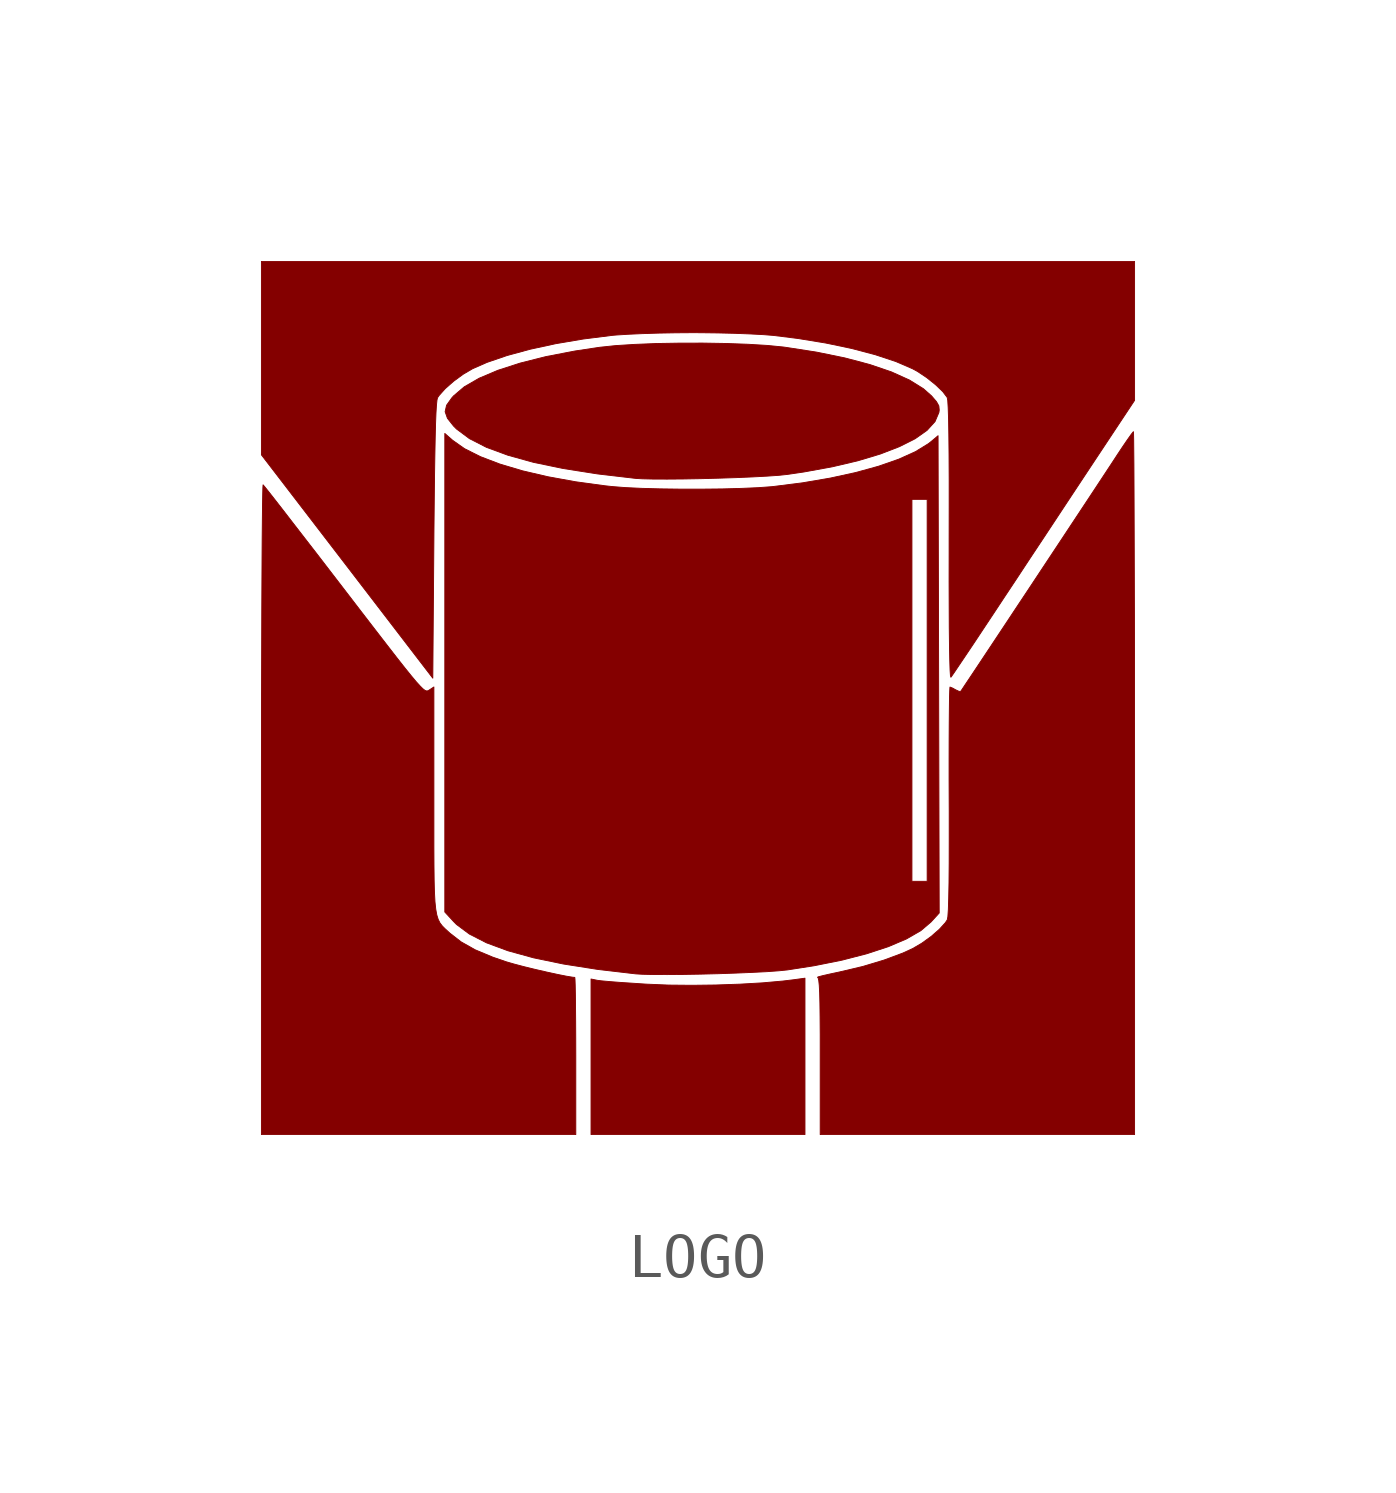
<source format=kicad_sym>
(kicad_symbol_lib
  (version 20210619)
  (generator bitmap2component)
  (symbol "LOGO"
    (pin_names
      (offset 1.016))
    (property "Reference" "#G"
      (at 0 9.385 0)
      (effects (font (size 1.27 1.27)) hide))
    (symbol "LOGO_0_0"
      (polyline (pts (xy -2.805 -8.216) (xy -2.806 -7.814) (xy -2.808 -7.432) (xy -2.811 -7.095) (xy -2.814 -6.813) (xy -2.818 -6.598) (xy -2.823 -6.461) (xy -2.828 -6.413) (xy -2.874 -6.409) (xy -3.021 -6.385) (xy -3.23 -6.343) (xy -3.478 -6.289) (xy -3.742 -6.228) (xy -4 -6.165) (xy -4.23 -6.104) (xy -4.409 -6.052) (xy -4.716 -5.946) (xy -5.115 -5.779) (xy -5.436 -5.598) (xy -5.694 -5.398) (xy -5.739 -5.357) (xy -5.811 -5.291) (xy -5.872 -5.229) (xy -5.923 -5.162) (xy -5.963 -5.082) (xy -5.995 -4.98) (xy -6.019 -4.848) (xy -6.037 -4.676) (xy -6.049 -4.456) (xy -6.056 -4.179) (xy -6.06 -3.837) (xy -6.062 -3.421) (xy -6.062 -2.921) (xy -6.062 -2.331) (xy -6.062 0.253) (xy -6.175 0.179) (xy -6.179 0.176) (xy -6.204 0.164) (xy -6.232 0.162) (xy -6.268 0.176) (xy -6.316 0.213) (xy -6.381 0.278) (xy -6.47 0.376) (xy -6.585 0.514) (xy -6.732 0.696) (xy -6.916 0.93) (xy -7.141 1.22) (xy -7.413 1.572) (xy -7.737 1.993) (xy -8.116 2.487) (xy -8.439 2.907) (xy -8.75 3.312) (xy -9.039 3.685) (xy -9.299 4.021) (xy -9.524 4.313) (xy -9.711 4.553) (xy -9.853 4.734) (xy -9.945 4.849) (xy -9.982 4.892) (xy -9.983 4.891) (xy -9.987 4.826) (xy -9.991 4.667) (xy -9.995 4.42) (xy -9.999 4.091) (xy -10.003 3.684) (xy -10.006 3.205) (xy -10.009 2.66) (xy -10.012 2.055) (xy -10.014 1.393) (xy -10.016 0.682) (xy -10.018 -0.073) (xy -10.019 -0.868) (xy -10.02 -1.696) (xy -10.02 -2.552) (xy -10.02 -10.02) (xy -2.805 -10.02) (xy -2.805 -8.216)) (stroke (width 0.01)) (fill (type outline)))
      (polyline (pts (xy 2.455 -6.431) (xy 2.192 -6.467) (xy 1.943 -6.497) (xy 1.48 -6.538) (xy 0.96 -6.568) (xy 0.41 -6.587) (xy -0.142 -6.594) (xy -0.672 -6.589) (xy -1.151 -6.569) (xy -1.194 -6.567) (xy -1.509 -6.546) (xy -1.796 -6.527) (xy -2.037 -6.508) (xy -2.213 -6.492) (xy -2.308 -6.48) (xy -2.455 -6.45) (xy -2.455 -10.02) (xy 2.455 -10.02) (xy 2.455 -6.431)) (stroke (width 0.01)) (fill (type outline)))
      (polyline (pts (xy 10.02 -1.954) (xy 10.02 -1.29) (xy 10.019 -0.419) (xy 10.019 0.42) (xy 10.018 1.223) (xy 10.017 1.983) (xy 10.015 2.696) (xy 10.013 3.357) (xy 10.011 3.959) (xy 10.009 4.499) (xy 10.007 4.97) (xy 10.005 5.367) (xy 10.002 5.685) (xy 10 5.919) (xy 9.997 6.063) (xy 9.994 6.112) (xy 9.99 6.109) (xy 9.943 6.051) (xy 9.856 5.928) (xy 9.738 5.755) (xy 9.601 5.548) (xy 9.591 5.532) (xy 9.481 5.364) (xy 9.331 5.136) (xy 9.146 4.855) (xy 8.932 4.531) (xy 8.694 4.171) (xy 8.439 3.785) (xy 8.171 3.38) (xy 7.897 2.966) (xy 7.622 2.55) (xy 7.351 2.142) (xy 7.091 1.749) (xy 6.847 1.381) (xy 6.624 1.045) (xy 6.428 0.75) (xy 6.265 0.505) (xy 6.14 0.318) (xy 6.06 0.197) (xy 6.029 0.152) (xy 5.994 0.151) (xy 5.91 0.19) (xy 5.845 0.227) (xy 5.784 0.251) (xy 5.782 0.242) (xy 5.777 0.156) (xy 5.772 -0.018) (xy 5.769 -0.269) (xy 5.766 -0.589) (xy 5.764 -0.969) (xy 5.763 -1.398) (xy 5.763 -1.869) (xy 5.765 -2.371) (xy 5.766 -2.61) (xy 5.766 -3.252) (xy 5.765 -3.797) (xy 5.761 -4.245) (xy 5.754 -4.597) (xy 5.746 -4.854) (xy 5.735 -5.019) (xy 5.721 -5.092) (xy 5.676 -5.159) (xy 5.537 -5.311) (xy 5.348 -5.475) (xy 5.135 -5.629) (xy 4.926 -5.751) (xy 4.699 -5.855) (xy 4.266 -6.016) (xy 3.772 -6.164) (xy 3.238 -6.29) (xy 3.032 -6.334) (xy 2.865 -6.372) (xy 2.763 -6.399) (xy 2.743 -6.409) (xy 2.757 -6.423) (xy 2.771 -6.48) (xy 2.783 -6.591) (xy 2.792 -6.763) (xy 2.798 -7.003) (xy 2.802 -7.321) (xy 2.805 -7.722) (xy 2.805 -8.216) (xy 2.805 -10.02) (xy 10.02 -10.02) (xy 10.02 -1.954)) (stroke (width 0.01)) (fill (type outline)))
      (polyline (pts (xy -0.339 -6.345) (xy 0.057 -6.338) (xy 0.466 -6.328) (xy 0.868 -6.314) (xy 1.246 -6.298) (xy 1.582 -6.281) (xy 1.857 -6.261) (xy 2.054 -6.241) (xy 2.668 -6.145) (xy 3.305 -6.017) (xy 3.874 -5.87) (xy 4.37 -5.707) (xy 4.785 -5.53) (xy 5.113 -5.341) (xy 5.347 -5.142) (xy 5.536 -4.935) (xy 5.523 0.543) (xy 5.51 6.02) (xy 5.353 5.888) (xy 5.288 5.837) (xy 4.992 5.655) (xy 4.609 5.482) (xy 4.148 5.321) (xy 3.619 5.175) (xy 3.033 5.047) (xy 2.4 4.939) (xy 1.728 4.854) (xy 1.7 4.851) (xy 1.389 4.828) (xy 1.002 4.811) (xy 0.561 4.799) (xy 0.089 4.794) (xy -0.393 4.794) (xy -0.862 4.8) (xy -1.298 4.812) (xy -1.677 4.83) (xy -1.979 4.854) (xy -2.133 4.871) (xy -2.815 4.964) (xy -3.452 5.08) (xy -4.034 5.216) (xy -4.552 5.371) (xy -4.997 5.541) (xy -5.361 5.724) (xy -5.634 5.917) (xy -5.811 6.072) (xy -5.811 4.559) (xy 4.91 4.559) (xy 5.26 4.559) (xy 5.26 -4.208) (xy 4.91 -4.208) (xy 4.91 4.559) (xy -5.811 4.559) (xy -5.811 -4.912) (xy -5.611 -5.129) (xy -5.542 -5.199) (xy -5.246 -5.419) (xy -4.853 -5.62) (xy -4.361 -5.802) (xy -3.773 -5.964) (xy -3.088 -6.106) (xy -2.306 -6.229) (xy -1.428 -6.332) (xy -1.276 -6.341) (xy -1.024 -6.347) (xy -0.706 -6.348) (xy -0.339 -6.345)) (stroke (width 0.01)) (fill (type outline)))
      (polyline (pts (xy -6.062 3.622) (xy -6.061 3.791) (xy -6.054 4.47) (xy -6.048 5.054) (xy -6.04 5.549) (xy -6.032 5.958) (xy -6.024 6.287) (xy -6.014 6.54) (xy -6.003 6.722) (xy -5.991 6.838) (xy -5.978 6.892) (xy -5.942 6.944) (xy -5.801 7.101) (xy -5.609 7.27) (xy -5.391 7.43) (xy -5.177 7.556) (xy -4.848 7.701) (xy -4.387 7.859) (xy -3.855 8.004) (xy -3.266 8.132) (xy -2.635 8.239) (xy -1.979 8.322) (xy -1.879 8.331) (xy -1.611 8.348) (xy -1.279 8.363) (xy -0.904 8.375) (xy -0.512 8.382) (xy -0.125 8.385) (xy 0.063 8.384) (xy 0.455 8.379) (xy 0.841 8.37) (xy 1.198 8.356) (xy 1.502 8.34) (xy 1.728 8.322) (xy 2.298 8.251) (xy 2.933 8.147) (xy 3.528 8.022) (xy 4.069 7.879) (xy 4.54 7.723) (xy 4.926 7.556) (xy 5.038 7.495) (xy 5.25 7.353) (xy 5.452 7.191) (xy 5.618 7.032) (xy 5.72 6.897) (xy 5.732 6.831) (xy 5.742 6.666) (xy 5.751 6.404) (xy 5.757 6.043) (xy 5.762 5.584) (xy 5.765 5.027) (xy 5.765 4.369) (xy 5.764 3.613) (xy 5.764 3.327) (xy 5.763 2.674) (xy 5.765 2.1) (xy 5.767 1.607) (xy 5.772 1.199) (xy 5.778 0.879) (xy 5.785 0.649) (xy 5.794 0.514) (xy 5.804 0.476) (xy 5.818 0.494) (xy 5.883 0.588) (xy 5.993 0.752) (xy 6.144 0.976) (xy 6.329 1.252) (xy 6.541 1.572) (xy 6.776 1.926) (xy 7.026 2.305) (xy 7.292 2.706) (xy 7.61 3.189) (xy 7.941 3.688) (xy 8.269 4.185) (xy 8.582 4.659) (xy 8.867 5.09) (xy 9.11 5.457) (xy 10.02 6.83) (xy 10.02 10.02) (xy -10.02 10.02) (xy -10.02 5.58) (xy -8.053 3.018) (xy -6.087 0.455) (xy -6.062 3.622)) (stroke (width 0.01)) (fill (type outline)))
      (polyline (pts (xy -0.339 5.027) (xy 0.057 5.034) (xy 0.466 5.045) (xy 0.868 5.058) (xy 1.246 5.074) (xy 1.582 5.092) (xy 1.857 5.111) (xy 2.054 5.132) (xy 2.427 5.187) (xy 3.08 5.306) (xy 3.667 5.444) (xy 4.183 5.599) (xy 4.623 5.769) (xy 4.983 5.95) (xy 5.257 6.143) (xy 5.44 6.344) (xy 5.529 6.553) (xy 5.537 6.609) (xy 5.528 6.704) (xy 5.474 6.801) (xy 5.36 6.934) (xy 5.172 7.1) (xy 4.851 7.299) (xy 4.439 7.485) (xy 3.943 7.654) (xy 3.369 7.806) (xy 2.72 7.939) (xy 2.004 8.05) (xy 1.966 8.055) (xy 1.594 8.092) (xy 1.146 8.119) (xy 0.646 8.137) (xy 0.113 8.146) (xy -0.428 8.145) (xy -0.958 8.136) (xy -1.453 8.116) (xy -1.893 8.088) (xy -2.255 8.05) (xy -2.821 7.965) (xy -3.486 7.837) (xy -4.078 7.688) (xy -4.592 7.522) (xy -5.022 7.34) (xy -5.364 7.143) (xy -5.611 6.933) (xy -5.651 6.888) (xy -5.771 6.719) (xy -5.804 6.571) (xy -5.751 6.42) (xy -5.611 6.243) (xy -5.542 6.174) (xy -5.246 5.953) (xy -4.853 5.752) (xy -4.361 5.571) (xy -3.773 5.408) (xy -3.088 5.266) (xy -2.306 5.143) (xy -1.428 5.04) (xy -1.276 5.031) (xy -1.024 5.025) (xy -0.706 5.024) (xy -0.339 5.027)) (stroke (width 0.01)) (fill (type outline))))))
</source>
